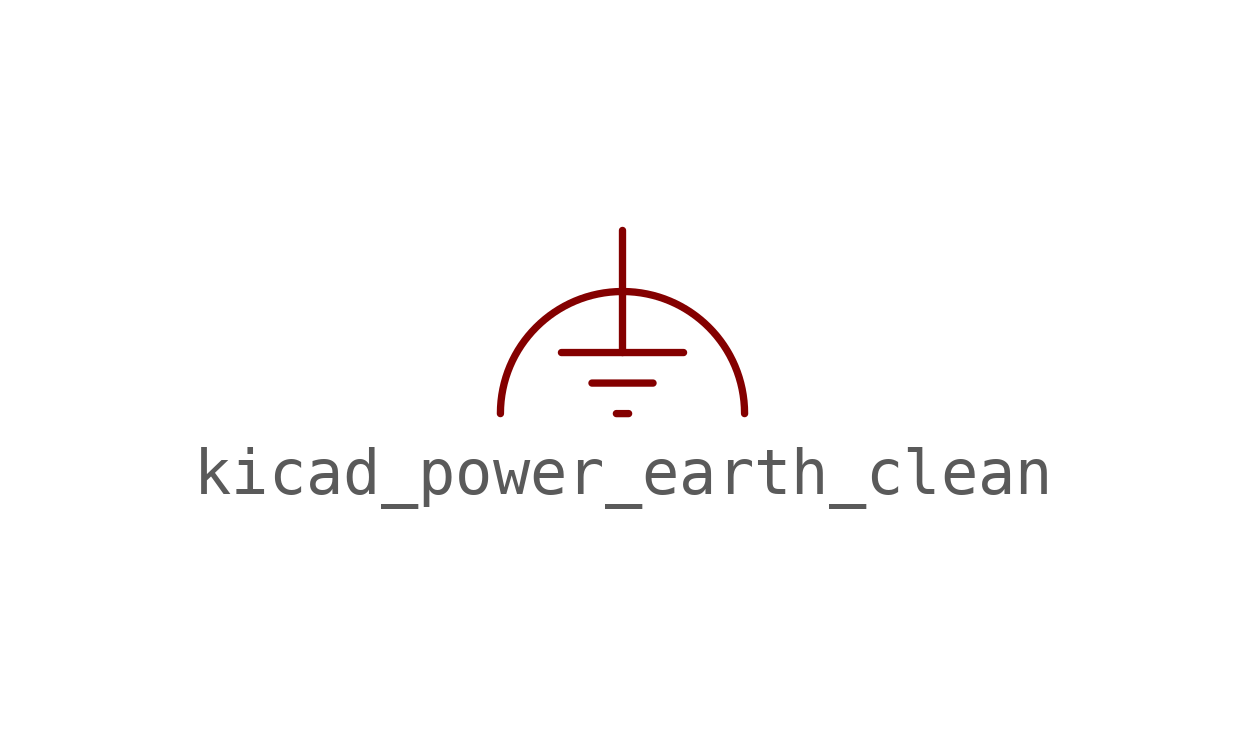
<source format=kicad_sym>
(kicad_symbol_lib
  (version 20220914)
  (generator kicad_symbol_editor)
  (symbol "kicad_power_earth_clean"
    (power)
    (pin_names
      (offset 0))
    (property "Reference" "#PWR"
      (at 6.35 0 0)
      (effects (font (size 1.27 1.27)) hide))
    (symbol "kicad_power_earth_clean_0_1"
      (polyline (pts (xy -0.635 -3.175) (xy 0.635 -3.175)) (stroke (width 0) (type default)) (fill (type none)))
      (polyline (pts (xy -0.127 -3.81) (xy 0.127 -3.81)) (stroke (width 0) (type default)) (fill (type none)))
      (polyline (pts (xy 0 -2.54) (xy 0 0)) (stroke (width 0) (type default)) (fill (type none)))
      (polyline (pts (xy 1.27 -2.54) (xy -1.27 -2.54)) (stroke (width 0) (type default)) (fill (type none)))
      (arc (start 2.54 -3.81) (mid 0 -1.281) (end -2.54 -3.81) (stroke (width 0) (type default)) (fill (type none))))
    (symbol "kicad_power_earth_clean_1_1"
      (pin power_in line (at 0 0 270) (length 0) hide (name "Earth_Clean" (effects (font (size 1.27 1.27)))) (number "1" (effects (font (size 1.27 1.27))))))))
</source>
